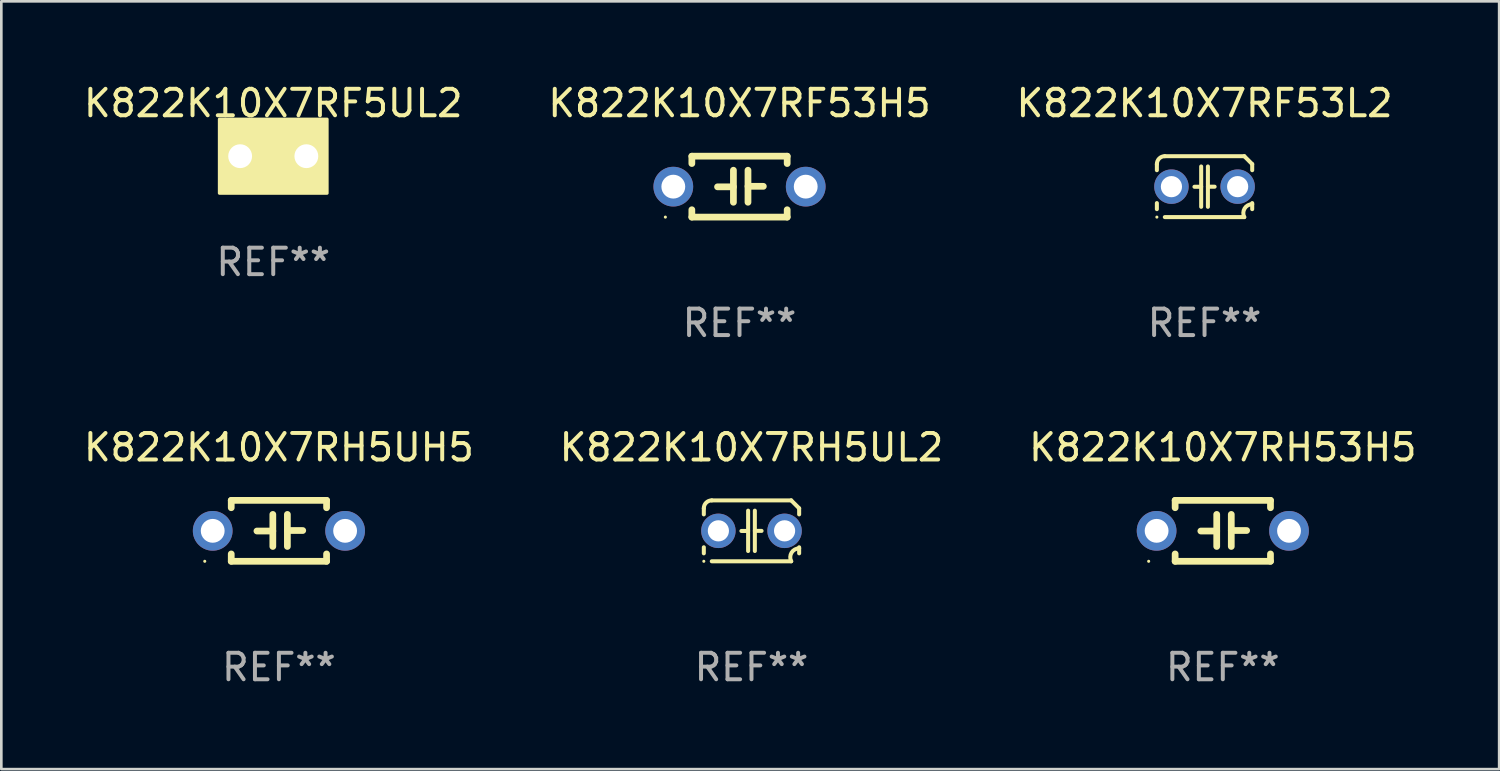
<source format=kicad_pcb>
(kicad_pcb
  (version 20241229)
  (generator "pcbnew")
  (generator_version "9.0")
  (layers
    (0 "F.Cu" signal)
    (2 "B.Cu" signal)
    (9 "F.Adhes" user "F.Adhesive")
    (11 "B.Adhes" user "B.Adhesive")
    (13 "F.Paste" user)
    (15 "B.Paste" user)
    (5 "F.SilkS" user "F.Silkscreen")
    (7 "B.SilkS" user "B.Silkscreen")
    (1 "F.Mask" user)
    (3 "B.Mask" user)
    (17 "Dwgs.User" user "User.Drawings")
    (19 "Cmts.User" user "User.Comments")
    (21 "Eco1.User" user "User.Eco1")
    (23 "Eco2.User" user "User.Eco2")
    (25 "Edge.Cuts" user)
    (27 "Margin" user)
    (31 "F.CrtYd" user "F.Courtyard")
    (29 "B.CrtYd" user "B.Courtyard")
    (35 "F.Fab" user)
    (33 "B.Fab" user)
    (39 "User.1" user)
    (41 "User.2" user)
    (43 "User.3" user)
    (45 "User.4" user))
  (footprint "K822K10X7RF53L2"
    (layer "F.Cu")
    (at 42.435 3.998)
    (property "Reference" "K822K10X7RF53L2" (at 0 -3.15 0) (layer "F.SilkS") (effects (font (size 1 1) (thickness 0.15))))
    (attr through_hole)
    (fp_line (start -1.8 -0.621) (end -1.8 -0.85) (stroke (width 0.152) (type solid)) (layer "F.SilkS"))
    (fp_line (start -1.8 0.85) (end -1.8 0.621) (stroke (width 0.152) (type solid)) (layer "F.SilkS"))
    (fp_line (start -1.5 -1.15) (end 1.5 -1.15) (stroke (width 0.152) (type solid)) (layer "F.SilkS"))
    (fp_line (start -0.127 -0.762) (end -0.127 0.762) (stroke (width 0.152) (type solid)) (layer "F.SilkS"))
    (fp_line (start -0.127 0.005) (end -0.381 0.005) (stroke (width 0.152) (type solid)) (layer "F.SilkS"))
    (fp_line (start 0.127 -0.762) (end 0.127 0.762) (stroke (width 0.152) (type solid)) (layer "F.SilkS"))
    (fp_line (start 0.127 0.002) (end 0.381 0.002) (stroke (width 0.152) (type solid)) (layer "F.SilkS"))
    (fp_line (start 1.5 1.15) (end -1.5 1.15) (stroke (width 0.152) (type solid)) (layer "F.SilkS"))
    (fp_line (start 1.8 -0.85) (end 1.8 -0.621) (stroke (width 0.152) (type solid)) (layer "F.SilkS"))
    (fp_line (start 1.8 0.621) (end 1.8 0.85) (stroke (width 0.152) (type solid)) (layer "F.SilkS"))
    (fp_arc (start -1.799975 -0.849987) (mid -1.712107 -1.062119) (end -1.499975 -1.149987) (stroke (width 0.151994) (type solid)) (layer "F.SilkS"))
    (fp_arc (start 1.499975 1.149987) (mid 1.513726 0.822359) (end 1.799975 0.662387) (stroke (width 0.151994) (type solid)) (layer "F.SilkS"))
    (fp_arc (start 1.500001 -1.149986) (mid 1.650015 -1.000001) (end 1.8 -0.849987) (stroke (width 0.151994) (type solid)) (layer "F.SilkS"))
    (fp_circle (center -1.8 1.15) (end -1.77 1.15) (stroke (width 0.06) (type solid)) (fill no) (layer "F.SilkS"))
    (fp_text user "REF**" (at 0 5.15 0) (layer "F.Fab") (effects (font (size 1 1) (thickness 0.15))))
    (pad "1" thru_hole circle (at -1.25 0) (size 1.3 1.3) (drill 0.8) (layers "*.Cu" "*.Mask"))
    (pad "2" thru_hole circle (at 1.25 0) (size 1.3 1.3) (drill 0.8) (layers "*.Cu" "*.Mask")))
  (footprint "K822K10X7RF53H5"
    (layer "F.Cu")
    (at 24.875 3.998)
    (property "Reference" "K822K10X7RF53H5" (at 0 -3.15 0) (layer "F.SilkS") (effects (font (size 1 1) (thickness 0.15))))
    (attr through_hole)
    (fp_line (start -1.8 -1.15) (end -1.8 -0.872) (stroke (width 0.254) (type solid)) (layer "F.SilkS"))
    (fp_line (start -1.8 -1.15) (end 1.8 -1.15) (stroke (width 0.254) (type solid)) (layer "F.SilkS"))
    (fp_line (start -1.8 0.872) (end -1.8 1.15) (stroke (width 0.254) (type solid)) (layer "F.SilkS"))
    (fp_line (start -1.8 1.15) (end 1.8 1.15) (stroke (width 0.254) (type solid)) (layer "F.SilkS"))
    (fp_line (start -0.23 -0.62) (end -0.23 0.59) (stroke (width 0.254) (type solid)) (layer "F.SilkS"))
    (fp_line (start -0.23 0.007) (end -0.83 0.007) (stroke (width 0.254) (type solid)) (layer "F.SilkS"))
    (fp_line (start 0.32 -0.62) (end 0.32 0.59) (stroke (width 0.254) (type solid)) (layer "F.SilkS"))
    (fp_line (start 0.32 -0.012) (end 0.9 -0.012) (stroke (width 0.254) (type solid)) (layer "F.SilkS"))
    (fp_line (start 1.8 -1.15) (end 1.8 -0.872) (stroke (width 0.254) (type solid)) (layer "F.SilkS"))
    (fp_line (start 1.8 0.872) (end 1.8 1.15) (stroke (width 0.254) (type solid)) (layer "F.SilkS"))
    (fp_circle (center -2.8 1.15) (end -2.77 1.15) (stroke (width 0.06) (type solid)) (fill no) (layer "F.SilkS"))
    (fp_text user "REF**" (at 0 5.15 0) (layer "F.Fab") (effects (font (size 1 1) (thickness 0.15))))
    (pad "1" thru_hole circle (at -2.5 0) (size 1.5 1.5) (drill 0.9) (layers "*.Cu" "*.Mask"))
    (pad "2" thru_hole circle (at 2.5 0) (size 1.5 1.5) (drill 0.9) (layers "*.Cu" "*.Mask")))
  (footprint "K822K10X7RH53H5"
    (layer "F.Cu")
    (at 43.125 16.995)
    (property "Reference" "K822K10X7RH53H5" (at 0 -3.15 0) (layer "F.SilkS") (effects (font (size 1 1) (thickness 0.15))))
    (attr through_hole)
    (fp_line (start -1.8 -1.15) (end -1.8 -0.872) (stroke (width 0.254) (type solid)) (layer "F.SilkS"))
    (fp_line (start -1.8 -1.15) (end 1.8 -1.15) (stroke (width 0.254) (type solid)) (layer "F.SilkS"))
    (fp_line (start -1.8 0.872) (end -1.8 1.15) (stroke (width 0.254) (type solid)) (layer "F.SilkS"))
    (fp_line (start -1.8 1.15) (end 1.8 1.15) (stroke (width 0.254) (type solid)) (layer "F.SilkS"))
    (fp_line (start -0.23 -0.62) (end -0.23 0.59) (stroke (width 0.254) (type solid)) (layer "F.SilkS"))
    (fp_line (start -0.23 0.007) (end -0.83 0.007) (stroke (width 0.254) (type solid)) (layer "F.SilkS"))
    (fp_line (start 0.32 -0.62) (end 0.32 0.59) (stroke (width 0.254) (type solid)) (layer "F.SilkS"))
    (fp_line (start 0.32 -0.012) (end 0.9 -0.012) (stroke (width 0.254) (type solid)) (layer "F.SilkS"))
    (fp_line (start 1.8 -1.15) (end 1.8 -0.872) (stroke (width 0.254) (type solid)) (layer "F.SilkS"))
    (fp_line (start 1.8 0.872) (end 1.8 1.15) (stroke (width 0.254) (type solid)) (layer "F.SilkS"))
    (fp_circle (center -2.8 1.15) (end -2.77 1.15) (stroke (width 0.06) (type solid)) (fill no) (layer "F.SilkS"))
    (fp_text user "REF**" (at 0 5.15 0) (layer "F.Fab") (effects (font (size 1 1) (thickness 0.15))))
    (pad "1" thru_hole circle (at -2.5 0) (size 1.5 1.5) (drill 0.9) (layers "*.Cu" "*.Mask"))
    (pad "2" thru_hole circle (at 2.5 0) (size 1.5 1.5) (drill 0.9) (layers "*.Cu" "*.Mask")))
  (footprint "K822K10X7RH5UL2"
    (layer "F.Cu")
    (at 25.327 16.995)
    (property "Reference" "K822K10X7RH5UL2" (at 0 -3.15 0) (layer "F.SilkS") (effects (font (size 1 1) (thickness 0.15))))
    (attr through_hole)
    (fp_line (start -1.8 -0.621) (end -1.8 -0.85) (stroke (width 0.152) (type solid)) (layer "F.SilkS"))
    (fp_line (start -1.8 0.85) (end -1.8 0.621) (stroke (width 0.152) (type solid)) (layer "F.SilkS"))
    (fp_line (start -1.5 -1.15) (end 1.5 -1.15) (stroke (width 0.152) (type solid)) (layer "F.SilkS"))
    (fp_line (start -0.127 -0.762) (end -0.127 0.762) (stroke (width 0.152) (type solid)) (layer "F.SilkS"))
    (fp_line (start -0.127 0.005) (end -0.381 0.005) (stroke (width 0.152) (type solid)) (layer "F.SilkS"))
    (fp_line (start 0.127 -0.762) (end 0.127 0.762) (stroke (width 0.152) (type solid)) (layer "F.SilkS"))
    (fp_line (start 0.127 0.002) (end 0.381 0.002) (stroke (width 0.152) (type solid)) (layer "F.SilkS"))
    (fp_line (start 1.5 1.15) (end -1.5 1.15) (stroke (width 0.152) (type solid)) (layer "F.SilkS"))
    (fp_line (start 1.8 -0.85) (end 1.8 -0.621) (stroke (width 0.152) (type solid)) (layer "F.SilkS"))
    (fp_line (start 1.8 0.621) (end 1.8 0.85) (stroke (width 0.152) (type solid)) (layer "F.SilkS"))
    (fp_arc (start -1.799975 -0.849987) (mid -1.712107 -1.062119) (end -1.499975 -1.149987) (stroke (width 0.151994) (type solid)) (layer "F.SilkS"))
    (fp_arc (start 1.499975 1.149987) (mid 1.513726 0.822359) (end 1.799975 0.662387) (stroke (width 0.151994) (type solid)) (layer "F.SilkS"))
    (fp_arc (start 1.500001 -1.149986) (mid 1.650015 -1.000001) (end 1.8 -0.849987) (stroke (width 0.151994) (type solid)) (layer "F.SilkS"))
    (fp_circle (center -1.8 1.15) (end -1.77 1.15) (stroke (width 0.06) (type solid)) (fill no) (layer "F.SilkS"))
    (fp_text user "REF**" (at 0 5.15 0) (layer "F.Fab") (effects (font (size 1 1) (thickness 0.15))))
    (pad "1" thru_hole circle (at -1.25 0) (size 1.3 1.3) (drill 0.8) (layers "*.Cu" "*.Mask"))
    (pad "2" thru_hole circle (at 1.25 0) (size 1.3 1.3) (drill 0.8) (layers "*.Cu" "*.Mask")))
  (footprint "K822K10X7RF5UL2"
    (layer "F.Cu")
    (at 7.268 2.848)
    (property "Reference" "K822K10X7RF5UL2" (at 0 -2 0) (layer "F.SilkS") (effects (font (size 1 1) (thickness 0.15))))
    (attr through_hole)
    (fp_circle (center -1.8 1.15) (end -1.77 1.15) (stroke (width 0.06) (type solid)) (fill no) (layer "F.SilkS"))
    (fp_poly (pts (xy -2.032 -1.397) (xy 2.032 -1.397) (xy 2.032 1.397) (xy -2.032 1.397)) (stroke (width 0.12) (type solid)) (fill yes) (layer "F.SilkS"))
    (fp_text user "REF**" (at 0 4 0) (layer "F.Fab") (effects (font (size 1 1) (thickness 0.15))))
    (pad "1" thru_hole circle (at -1.25 0) (size 1.5 1.5) (drill 0.9) (layers "*.Cu" "*.Mask"))
    (pad "2" thru_hole circle (at 1.25 0) (size 1.5 1.5) (drill 0.9) (layers "*.Cu" "*.Mask")))
  (footprint "K822K10X7RH5UH5"
    (layer "F.Cu")
    (at 7.482 16.995)
    (property "Reference" "K822K10X7RH5UH5" (at 0 -3.15 0) (layer "F.SilkS") (effects (font (size 1 1) (thickness 0.15))))
    (attr through_hole)
    (fp_line (start -1.8 -1.15) (end -1.8 -0.872) (stroke (width 0.254) (type solid)) (layer "F.SilkS"))
    (fp_line (start -1.8 -1.15) (end 1.8 -1.15) (stroke (width 0.254) (type solid)) (layer "F.SilkS"))
    (fp_line (start -1.8 0.872) (end -1.8 1.15) (stroke (width 0.254) (type solid)) (layer "F.SilkS"))
    (fp_line (start -1.8 1.15) (end 1.8 1.15) (stroke (width 0.254) (type solid)) (layer "F.SilkS"))
    (fp_line (start -0.23 -0.62) (end -0.23 0.59) (stroke (width 0.254) (type solid)) (layer "F.SilkS"))
    (fp_line (start -0.23 0.007) (end -0.83 0.007) (stroke (width 0.254) (type solid)) (layer "F.SilkS"))
    (fp_line (start 0.32 -0.62) (end 0.32 0.59) (stroke (width 0.254) (type solid)) (layer "F.SilkS"))
    (fp_line (start 0.32 -0.012) (end 0.9 -0.012) (stroke (width 0.254) (type solid)) (layer "F.SilkS"))
    (fp_line (start 1.8 -1.15) (end 1.8 -0.872) (stroke (width 0.254) (type solid)) (layer "F.SilkS"))
    (fp_line (start 1.8 0.872) (end 1.8 1.15) (stroke (width 0.254) (type solid)) (layer "F.SilkS"))
    (fp_circle (center -2.8 1.15) (end -2.77 1.15) (stroke (width 0.06) (type solid)) (fill no) (layer "F.SilkS"))
    (fp_text user "REF**" (at 0 5.15 0) (layer "F.Fab") (effects (font (size 1 1) (thickness 0.15))))
    (pad "1" thru_hole circle (at -2.5 0) (size 1.5 1.5) (drill 0.9) (layers "*.Cu" "*.Mask"))
    (pad "2" thru_hole circle (at 2.5 0) (size 1.5 1.5) (drill 0.9) (layers "*.Cu" "*.Mask")))
  (gr_rect
    (start -3 -3)
    (end 53.56 25.993)
    (stroke (width 0.1) (type default))
    (fill no)
    (layer "Edge.Cuts")))
</source>
